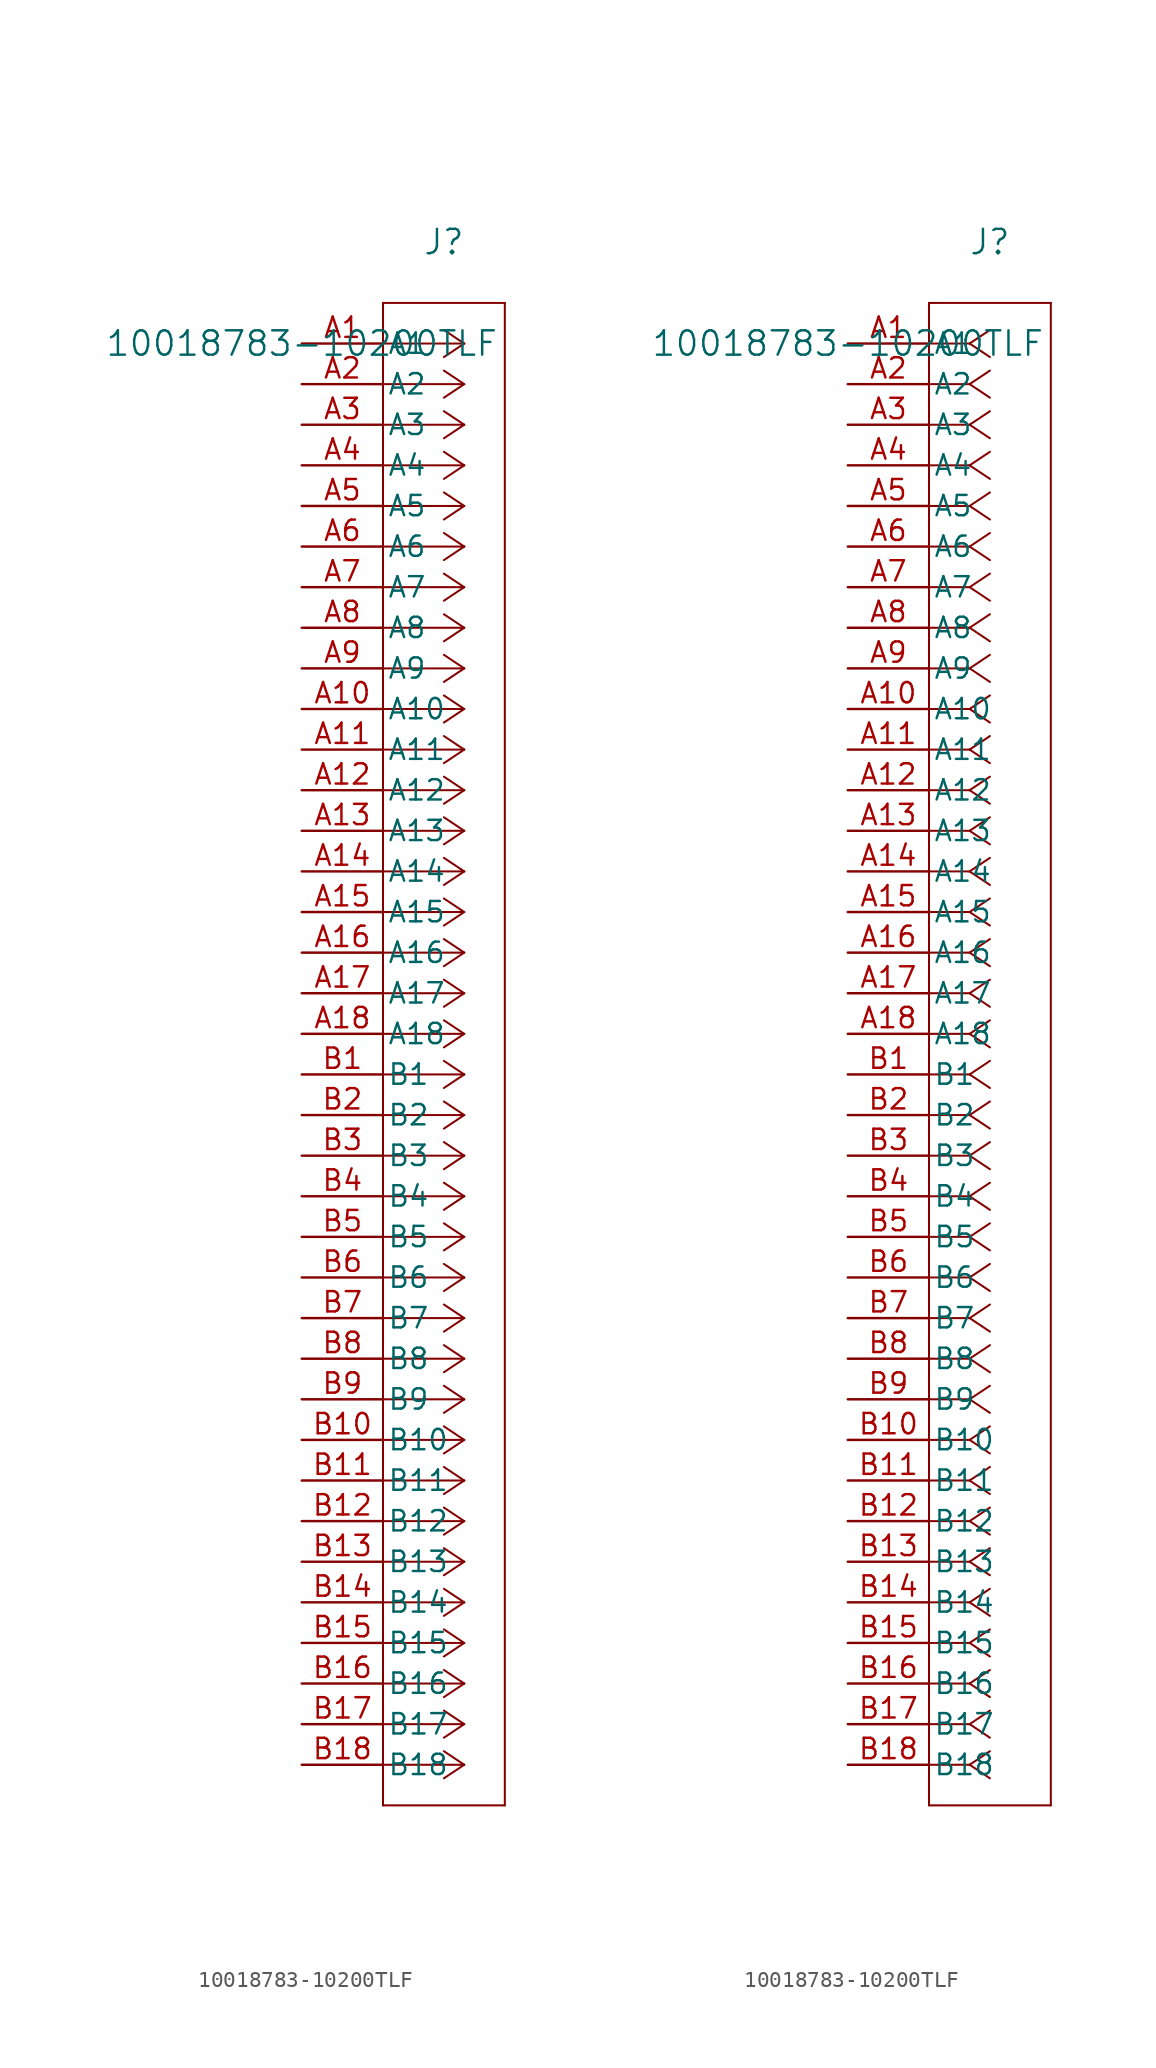
<source format=kicad_sym>
(kicad_symbol_lib
  (version 20220914)
  (generator kicad_symbol_editor)
  (symbol "10018783-10200TLF"
    (pin_names
      (offset 0.254))
    (property "Reference" "J"
      (at 8.89 6.35 0)
      (effects (font (size 1.524 1.524))))
    (property "Value" "10018783-10200TLF"
      (at 0 0 0)
      (effects (font (size 1.524 1.524))))
    (property "ki_locked" ""
      (at 0 0 0)
      (effects (font (size 1.27 1.27))))
    (symbol "10018783-10200TLF_1_1"
      (polyline (pts (xy 5.08 -91.44) (xy 12.7 -91.44)) (stroke (width 0.127) (type default)) (fill (type none)))
      (polyline (pts (xy 5.08 2.54) (xy 5.08 -91.44)) (stroke (width 0.127) (type default)) (fill (type none)))
      (polyline (pts (xy 10.16 -88.9) (xy 5.08 -88.9)) (stroke (width 0.127) (type default)) (fill (type none)))
      (polyline (pts (xy 10.16 -88.9) (xy 8.89 -89.747)) (stroke (width 0.127) (type default)) (fill (type none)))
      (polyline (pts (xy 10.16 -88.9) (xy 8.89 -88.053)) (stroke (width 0.127) (type default)) (fill (type none)))
      (polyline (pts (xy 10.16 -86.36) (xy 5.08 -86.36)) (stroke (width 0.127) (type default)) (fill (type none)))
      (polyline (pts (xy 10.16 -86.36) (xy 8.89 -87.207)) (stroke (width 0.127) (type default)) (fill (type none)))
      (polyline (pts (xy 10.16 -86.36) (xy 8.89 -85.513)) (stroke (width 0.127) (type default)) (fill (type none)))
      (polyline (pts (xy 10.16 -83.82) (xy 5.08 -83.82)) (stroke (width 0.127) (type default)) (fill (type none)))
      (polyline (pts (xy 10.16 -83.82) (xy 8.89 -84.667)) (stroke (width 0.127) (type default)) (fill (type none)))
      (polyline (pts (xy 10.16 -83.82) (xy 8.89 -82.973)) (stroke (width 0.127) (type default)) (fill (type none)))
      (polyline (pts (xy 10.16 -81.28) (xy 5.08 -81.28)) (stroke (width 0.127) (type default)) (fill (type none)))
      (polyline (pts (xy 10.16 -81.28) (xy 8.89 -82.127)) (stroke (width 0.127) (type default)) (fill (type none)))
      (polyline (pts (xy 10.16 -81.28) (xy 8.89 -80.433)) (stroke (width 0.127) (type default)) (fill (type none)))
      (polyline (pts (xy 10.16 -78.74) (xy 5.08 -78.74)) (stroke (width 0.127) (type default)) (fill (type none)))
      (polyline (pts (xy 10.16 -78.74) (xy 8.89 -79.587)) (stroke (width 0.127) (type default)) (fill (type none)))
      (polyline (pts (xy 10.16 -78.74) (xy 8.89 -77.893)) (stroke (width 0.127) (type default)) (fill (type none)))
      (polyline (pts (xy 10.16 -76.2) (xy 5.08 -76.2)) (stroke (width 0.127) (type default)) (fill (type none)))
      (polyline (pts (xy 10.16 -76.2) (xy 8.89 -77.047)) (stroke (width 0.127) (type default)) (fill (type none)))
      (polyline (pts (xy 10.16 -76.2) (xy 8.89 -75.353)) (stroke (width 0.127) (type default)) (fill (type none)))
      (polyline (pts (xy 10.16 -73.66) (xy 5.08 -73.66)) (stroke (width 0.127) (type default)) (fill (type none)))
      (polyline (pts (xy 10.16 -73.66) (xy 8.89 -74.507)) (stroke (width 0.127) (type default)) (fill (type none)))
      (polyline (pts (xy 10.16 -73.66) (xy 8.89 -72.813)) (stroke (width 0.127) (type default)) (fill (type none)))
      (polyline (pts (xy 10.16 -71.12) (xy 5.08 -71.12)) (stroke (width 0.127) (type default)) (fill (type none)))
      (polyline (pts (xy 10.16 -71.12) (xy 8.89 -71.967)) (stroke (width 0.127) (type default)) (fill (type none)))
      (polyline (pts (xy 10.16 -71.12) (xy 8.89 -70.273)) (stroke (width 0.127) (type default)) (fill (type none)))
      (polyline (pts (xy 10.16 -68.58) (xy 5.08 -68.58)) (stroke (width 0.127) (type default)) (fill (type none)))
      (polyline (pts (xy 10.16 -68.58) (xy 8.89 -69.427)) (stroke (width 0.127) (type default)) (fill (type none)))
      (polyline (pts (xy 10.16 -68.58) (xy 8.89 -67.733)) (stroke (width 0.127) (type default)) (fill (type none)))
      (polyline (pts (xy 10.16 -66.04) (xy 5.08 -66.04)) (stroke (width 0.127) (type default)) (fill (type none)))
      (polyline (pts (xy 10.16 -66.04) (xy 8.89 -66.887)) (stroke (width 0.127) (type default)) (fill (type none)))
      (polyline (pts (xy 10.16 -66.04) (xy 8.89 -65.193)) (stroke (width 0.127) (type default)) (fill (type none)))
      (polyline (pts (xy 10.16 -63.5) (xy 5.08 -63.5)) (stroke (width 0.127) (type default)) (fill (type none)))
      (polyline (pts (xy 10.16 -63.5) (xy 8.89 -64.347)) (stroke (width 0.127) (type default)) (fill (type none)))
      (polyline (pts (xy 10.16 -63.5) (xy 8.89 -62.653)) (stroke (width 0.127) (type default)) (fill (type none)))
      (polyline (pts (xy 10.16 -60.96) (xy 5.08 -60.96)) (stroke (width 0.127) (type default)) (fill (type none)))
      (polyline (pts (xy 10.16 -60.96) (xy 8.89 -61.807)) (stroke (width 0.127) (type default)) (fill (type none)))
      (polyline (pts (xy 10.16 -60.96) (xy 8.89 -60.113)) (stroke (width 0.127) (type default)) (fill (type none)))
      (polyline (pts (xy 10.16 -58.42) (xy 5.08 -58.42)) (stroke (width 0.127) (type default)) (fill (type none)))
      (polyline (pts (xy 10.16 -58.42) (xy 8.89 -59.267)) (stroke (width 0.127) (type default)) (fill (type none)))
      (polyline (pts (xy 10.16 -58.42) (xy 8.89 -57.573)) (stroke (width 0.127) (type default)) (fill (type none)))
      (polyline (pts (xy 10.16 -55.88) (xy 5.08 -55.88)) (stroke (width 0.127) (type default)) (fill (type none)))
      (polyline (pts (xy 10.16 -55.88) (xy 8.89 -56.727)) (stroke (width 0.127) (type default)) (fill (type none)))
      (polyline (pts (xy 10.16 -55.88) (xy 8.89 -55.033)) (stroke (width 0.127) (type default)) (fill (type none)))
      (polyline (pts (xy 10.16 -53.34) (xy 5.08 -53.34)) (stroke (width 0.127) (type default)) (fill (type none)))
      (polyline (pts (xy 10.16 -53.34) (xy 8.89 -54.187)) (stroke (width 0.127) (type default)) (fill (type none)))
      (polyline (pts (xy 10.16 -53.34) (xy 8.89 -52.493)) (stroke (width 0.127) (type default)) (fill (type none)))
      (polyline (pts (xy 10.16 -50.8) (xy 5.08 -50.8)) (stroke (width 0.127) (type default)) (fill (type none)))
      (polyline (pts (xy 10.16 -50.8) (xy 8.89 -51.647)) (stroke (width 0.127) (type default)) (fill (type none)))
      (polyline (pts (xy 10.16 -50.8) (xy 8.89 -49.953)) (stroke (width 0.127) (type default)) (fill (type none)))
      (polyline (pts (xy 10.16 -48.26) (xy 5.08 -48.26)) (stroke (width 0.127) (type default)) (fill (type none)))
      (polyline (pts (xy 10.16 -48.26) (xy 8.89 -49.107)) (stroke (width 0.127) (type default)) (fill (type none)))
      (polyline (pts (xy 10.16 -48.26) (xy 8.89 -47.413)) (stroke (width 0.127) (type default)) (fill (type none)))
      (polyline (pts (xy 10.16 -45.72) (xy 5.08 -45.72)) (stroke (width 0.127) (type default)) (fill (type none)))
      (polyline (pts (xy 10.16 -45.72) (xy 8.89 -46.567)) (stroke (width 0.127) (type default)) (fill (type none)))
      (polyline (pts (xy 10.16 -45.72) (xy 8.89 -44.873)) (stroke (width 0.127) (type default)) (fill (type none)))
      (polyline (pts (xy 10.16 -43.18) (xy 5.08 -43.18)) (stroke (width 0.127) (type default)) (fill (type none)))
      (polyline (pts (xy 10.16 -43.18) (xy 8.89 -44.027)) (stroke (width 0.127) (type default)) (fill (type none)))
      (polyline (pts (xy 10.16 -43.18) (xy 8.89 -42.333)) (stroke (width 0.127) (type default)) (fill (type none)))
      (polyline (pts (xy 10.16 -40.64) (xy 5.08 -40.64)) (stroke (width 0.127) (type default)) (fill (type none)))
      (polyline (pts (xy 10.16 -40.64) (xy 8.89 -41.487)) (stroke (width 0.127) (type default)) (fill (type none)))
      (polyline (pts (xy 10.16 -40.64) (xy 8.89 -39.793)) (stroke (width 0.127) (type default)) (fill (type none)))
      (polyline (pts (xy 10.16 -38.1) (xy 5.08 -38.1)) (stroke (width 0.127) (type default)) (fill (type none)))
      (polyline (pts (xy 10.16 -38.1) (xy 8.89 -38.947)) (stroke (width 0.127) (type default)) (fill (type none)))
      (polyline (pts (xy 10.16 -38.1) (xy 8.89 -37.253)) (stroke (width 0.127) (type default)) (fill (type none)))
      (polyline (pts (xy 10.16 -35.56) (xy 5.08 -35.56)) (stroke (width 0.127) (type default)) (fill (type none)))
      (polyline (pts (xy 10.16 -35.56) (xy 8.89 -36.407)) (stroke (width 0.127) (type default)) (fill (type none)))
      (polyline (pts (xy 10.16 -35.56) (xy 8.89 -34.713)) (stroke (width 0.127) (type default)) (fill (type none)))
      (polyline (pts (xy 10.16 -33.02) (xy 5.08 -33.02)) (stroke (width 0.127) (type default)) (fill (type none)))
      (polyline (pts (xy 10.16 -33.02) (xy 8.89 -33.867)) (stroke (width 0.127) (type default)) (fill (type none)))
      (polyline (pts (xy 10.16 -33.02) (xy 8.89 -32.173)) (stroke (width 0.127) (type default)) (fill (type none)))
      (polyline (pts (xy 10.16 -30.48) (xy 5.08 -30.48)) (stroke (width 0.127) (type default)) (fill (type none)))
      (polyline (pts (xy 10.16 -30.48) (xy 8.89 -31.327)) (stroke (width 0.127) (type default)) (fill (type none)))
      (polyline (pts (xy 10.16 -30.48) (xy 8.89 -29.633)) (stroke (width 0.127) (type default)) (fill (type none)))
      (polyline (pts (xy 10.16 -27.94) (xy 5.08 -27.94)) (stroke (width 0.127) (type default)) (fill (type none)))
      (polyline (pts (xy 10.16 -27.94) (xy 8.89 -28.787)) (stroke (width 0.127) (type default)) (fill (type none)))
      (polyline (pts (xy 10.16 -27.94) (xy 8.89 -27.093)) (stroke (width 0.127) (type default)) (fill (type none)))
      (polyline (pts (xy 10.16 -25.4) (xy 5.08 -25.4)) (stroke (width 0.127) (type default)) (fill (type none)))
      (polyline (pts (xy 10.16 -25.4) (xy 8.89 -26.247)) (stroke (width 0.127) (type default)) (fill (type none)))
      (polyline (pts (xy 10.16 -25.4) (xy 8.89 -24.553)) (stroke (width 0.127) (type default)) (fill (type none)))
      (polyline (pts (xy 10.16 -22.86) (xy 5.08 -22.86)) (stroke (width 0.127) (type default)) (fill (type none)))
      (polyline (pts (xy 10.16 -22.86) (xy 8.89 -23.707)) (stroke (width 0.127) (type default)) (fill (type none)))
      (polyline (pts (xy 10.16 -22.86) (xy 8.89 -22.013)) (stroke (width 0.127) (type default)) (fill (type none)))
      (polyline (pts (xy 10.16 -20.32) (xy 5.08 -20.32)) (stroke (width 0.127) (type default)) (fill (type none)))
      (polyline (pts (xy 10.16 -20.32) (xy 8.89 -21.167)) (stroke (width 0.127) (type default)) (fill (type none)))
      (polyline (pts (xy 10.16 -20.32) (xy 8.89 -19.473)) (stroke (width 0.127) (type default)) (fill (type none)))
      (polyline (pts (xy 10.16 -17.78) (xy 5.08 -17.78)) (stroke (width 0.127) (type default)) (fill (type none)))
      (polyline (pts (xy 10.16 -17.78) (xy 8.89 -18.627)) (stroke (width 0.127) (type default)) (fill (type none)))
      (polyline (pts (xy 10.16 -17.78) (xy 8.89 -16.933)) (stroke (width 0.127) (type default)) (fill (type none)))
      (polyline (pts (xy 10.16 -15.24) (xy 5.08 -15.24)) (stroke (width 0.127) (type default)) (fill (type none)))
      (polyline (pts (xy 10.16 -15.24) (xy 8.89 -16.087)) (stroke (width 0.127) (type default)) (fill (type none)))
      (polyline (pts (xy 10.16 -15.24) (xy 8.89 -14.393)) (stroke (width 0.127) (type default)) (fill (type none)))
      (polyline (pts (xy 10.16 -12.7) (xy 5.08 -12.7)) (stroke (width 0.127) (type default)) (fill (type none)))
      (polyline (pts (xy 10.16 -12.7) (xy 8.89 -13.547)) (stroke (width 0.127) (type default)) (fill (type none)))
      (polyline (pts (xy 10.16 -12.7) (xy 8.89 -11.853)) (stroke (width 0.127) (type default)) (fill (type none)))
      (polyline (pts (xy 10.16 -10.16) (xy 5.08 -10.16)) (stroke (width 0.127) (type default)) (fill (type none)))
      (polyline (pts (xy 10.16 -10.16) (xy 8.89 -11.007)) (stroke (width 0.127) (type default)) (fill (type none)))
      (polyline (pts (xy 10.16 -10.16) (xy 8.89 -9.313)) (stroke (width 0.127) (type default)) (fill (type none)))
      (polyline (pts (xy 10.16 -7.62) (xy 5.08 -7.62)) (stroke (width 0.127) (type default)) (fill (type none)))
      (polyline (pts (xy 10.16 -7.62) (xy 8.89 -8.467)) (stroke (width 0.127) (type default)) (fill (type none)))
      (polyline (pts (xy 10.16 -7.62) (xy 8.89 -6.773)) (stroke (width 0.127) (type default)) (fill (type none)))
      (polyline (pts (xy 10.16 -5.08) (xy 5.08 -5.08)) (stroke (width 0.127) (type default)) (fill (type none)))
      (polyline (pts (xy 10.16 -5.08) (xy 8.89 -5.927)) (stroke (width 0.127) (type default)) (fill (type none)))
      (polyline (pts (xy 10.16 -5.08) (xy 8.89 -4.233)) (stroke (width 0.127) (type default)) (fill (type none)))
      (polyline (pts (xy 10.16 -2.54) (xy 5.08 -2.54)) (stroke (width 0.127) (type default)) (fill (type none)))
      (polyline (pts (xy 10.16 -2.54) (xy 8.89 -3.387)) (stroke (width 0.127) (type default)) (fill (type none)))
      (polyline (pts (xy 10.16 -2.54) (xy 8.89 -1.693)) (stroke (width 0.127) (type default)) (fill (type none)))
      (polyline (pts (xy 10.16 0) (xy 5.08 0)) (stroke (width 0.127) (type default)) (fill (type none)))
      (polyline (pts (xy 10.16 0) (xy 8.89 -0.847)) (stroke (width 0.127) (type default)) (fill (type none)))
      (polyline (pts (xy 10.16 0) (xy 8.89 0.847)) (stroke (width 0.127) (type default)) (fill (type none)))
      (polyline (pts (xy 12.7 -91.44) (xy 12.7 2.54)) (stroke (width 0.127) (type default)) (fill (type none)))
      (polyline (pts (xy 12.7 2.54) (xy 5.08 2.54)) (stroke (width 0.127) (type default)) (fill (type none)))
      (pin unspecified line (at 0 0 0) (length 5.08) (name "A1" (effects (font (size 1.27 1.27)))) (number "A1" (effects (font (size 1.27 1.27)))))
      (pin unspecified line (at 0 -22.86 0) (length 5.08) (name "A10" (effects (font (size 1.27 1.27)))) (number "A10" (effects (font (size 1.27 1.27)))))
      (pin unspecified line (at 0 -25.4 0) (length 5.08) (name "A11" (effects (font (size 1.27 1.27)))) (number "A11" (effects (font (size 1.27 1.27)))))
      (pin unspecified line (at 0 -27.94 0) (length 5.08) (name "A12" (effects (font (size 1.27 1.27)))) (number "A12" (effects (font (size 1.27 1.27)))))
      (pin unspecified line (at 0 -30.48 0) (length 5.08) (name "A13" (effects (font (size 1.27 1.27)))) (number "A13" (effects (font (size 1.27 1.27)))))
      (pin unspecified line (at 0 -33.02 0) (length 5.08) (name "A14" (effects (font (size 1.27 1.27)))) (number "A14" (effects (font (size 1.27 1.27)))))
      (pin unspecified line (at 0 -35.56 0) (length 5.08) (name "A15" (effects (font (size 1.27 1.27)))) (number "A15" (effects (font (size 1.27 1.27)))))
      (pin unspecified line (at 0 -38.1 0) (length 5.08) (name "A16" (effects (font (size 1.27 1.27)))) (number "A16" (effects (font (size 1.27 1.27)))))
      (pin unspecified line (at 0 -40.64 0) (length 5.08) (name "A17" (effects (font (size 1.27 1.27)))) (number "A17" (effects (font (size 1.27 1.27)))))
      (pin unspecified line (at 0 -43.18 0) (length 5.08) (name "A18" (effects (font (size 1.27 1.27)))) (number "A18" (effects (font (size 1.27 1.27)))))
      (pin unspecified line (at 0 -2.54 0) (length 5.08) (name "A2" (effects (font (size 1.27 1.27)))) (number "A2" (effects (font (size 1.27 1.27)))))
      (pin unspecified line (at 0 -5.08 0) (length 5.08) (name "A3" (effects (font (size 1.27 1.27)))) (number "A3" (effects (font (size 1.27 1.27)))))
      (pin unspecified line (at 0 -7.62 0) (length 5.08) (name "A4" (effects (font (size 1.27 1.27)))) (number "A4" (effects (font (size 1.27 1.27)))))
      (pin unspecified line (at 0 -10.16 0) (length 5.08) (name "A5" (effects (font (size 1.27 1.27)))) (number "A5" (effects (font (size 1.27 1.27)))))
      (pin unspecified line (at 0 -12.7 0) (length 5.08) (name "A6" (effects (font (size 1.27 1.27)))) (number "A6" (effects (font (size 1.27 1.27)))))
      (pin unspecified line (at 0 -15.24 0) (length 5.08) (name "A7" (effects (font (size 1.27 1.27)))) (number "A7" (effects (font (size 1.27 1.27)))))
      (pin unspecified line (at 0 -17.78 0) (length 5.08) (name "A8" (effects (font (size 1.27 1.27)))) (number "A8" (effects (font (size 1.27 1.27)))))
      (pin unspecified line (at 0 -20.32 0) (length 5.08) (name "A9" (effects (font (size 1.27 1.27)))) (number "A9" (effects (font (size 1.27 1.27)))))
      (pin unspecified line (at 0 -45.72 0) (length 5.08) (name "B1" (effects (font (size 1.27 1.27)))) (number "B1" (effects (font (size 1.27 1.27)))))
      (pin unspecified line (at 0 -68.58 0) (length 5.08) (name "B10" (effects (font (size 1.27 1.27)))) (number "B10" (effects (font (size 1.27 1.27)))))
      (pin unspecified line (at 0 -71.12 0) (length 5.08) (name "B11" (effects (font (size 1.27 1.27)))) (number "B11" (effects (font (size 1.27 1.27)))))
      (pin unspecified line (at 0 -73.66 0) (length 5.08) (name "B12" (effects (font (size 1.27 1.27)))) (number "B12" (effects (font (size 1.27 1.27)))))
      (pin unspecified line (at 0 -76.2 0) (length 5.08) (name "B13" (effects (font (size 1.27 1.27)))) (number "B13" (effects (font (size 1.27 1.27)))))
      (pin unspecified line (at 0 -78.74 0) (length 5.08) (name "B14" (effects (font (size 1.27 1.27)))) (number "B14" (effects (font (size 1.27 1.27)))))
      (pin unspecified line (at 0 -81.28 0) (length 5.08) (name "B15" (effects (font (size 1.27 1.27)))) (number "B15" (effects (font (size 1.27 1.27)))))
      (pin unspecified line (at 0 -83.82 0) (length 5.08) (name "B16" (effects (font (size 1.27 1.27)))) (number "B16" (effects (font (size 1.27 1.27)))))
      (pin unspecified line (at 0 -86.36 0) (length 5.08) (name "B17" (effects (font (size 1.27 1.27)))) (number "B17" (effects (font (size 1.27 1.27)))))
      (pin unspecified line (at 0 -88.9 0) (length 5.08) (name "B18" (effects (font (size 1.27 1.27)))) (number "B18" (effects (font (size 1.27 1.27)))))
      (pin unspecified line (at 0 -48.26 0) (length 5.08) (name "B2" (effects (font (size 1.27 1.27)))) (number "B2" (effects (font (size 1.27 1.27)))))
      (pin unspecified line (at 0 -50.8 0) (length 5.08) (name "B3" (effects (font (size 1.27 1.27)))) (number "B3" (effects (font (size 1.27 1.27)))))
      (pin unspecified line (at 0 -53.34 0) (length 5.08) (name "B4" (effects (font (size 1.27 1.27)))) (number "B4" (effects (font (size 1.27 1.27)))))
      (pin unspecified line (at 0 -55.88 0) (length 5.08) (name "B5" (effects (font (size 1.27 1.27)))) (number "B5" (effects (font (size 1.27 1.27)))))
      (pin unspecified line (at 0 -58.42 0) (length 5.08) (name "B6" (effects (font (size 1.27 1.27)))) (number "B6" (effects (font (size 1.27 1.27)))))
      (pin unspecified line (at 0 -60.96 0) (length 5.08) (name "B7" (effects (font (size 1.27 1.27)))) (number "B7" (effects (font (size 1.27 1.27)))))
      (pin unspecified line (at 0 -63.5 0) (length 5.08) (name "B8" (effects (font (size 1.27 1.27)))) (number "B8" (effects (font (size 1.27 1.27)))))
      (pin unspecified line (at 0 -66.04 0) (length 5.08) (name "B9" (effects (font (size 1.27 1.27)))) (number "B9" (effects (font (size 1.27 1.27))))))
    (symbol "10018783-10200TLF_1_2"
      (polyline (pts (xy 5.08 -91.44) (xy 12.7 -91.44)) (stroke (width 0.127) (type default)) (fill (type none)))
      (polyline (pts (xy 5.08 2.54) (xy 5.08 -91.44)) (stroke (width 0.127) (type default)) (fill (type none)))
      (polyline (pts (xy 7.62 -88.9) (xy 5.08 -88.9)) (stroke (width 0.127) (type default)) (fill (type none)))
      (polyline (pts (xy 7.62 -88.9) (xy 8.89 -89.747)) (stroke (width 0.127) (type default)) (fill (type none)))
      (polyline (pts (xy 7.62 -88.9) (xy 8.89 -88.053)) (stroke (width 0.127) (type default)) (fill (type none)))
      (polyline (pts (xy 7.62 -86.36) (xy 5.08 -86.36)) (stroke (width 0.127) (type default)) (fill (type none)))
      (polyline (pts (xy 7.62 -86.36) (xy 8.89 -87.207)) (stroke (width 0.127) (type default)) (fill (type none)))
      (polyline (pts (xy 7.62 -86.36) (xy 8.89 -85.513)) (stroke (width 0.127) (type default)) (fill (type none)))
      (polyline (pts (xy 7.62 -83.82) (xy 5.08 -83.82)) (stroke (width 0.127) (type default)) (fill (type none)))
      (polyline (pts (xy 7.62 -83.82) (xy 8.89 -84.667)) (stroke (width 0.127) (type default)) (fill (type none)))
      (polyline (pts (xy 7.62 -83.82) (xy 8.89 -82.973)) (stroke (width 0.127) (type default)) (fill (type none)))
      (polyline (pts (xy 7.62 -81.28) (xy 5.08 -81.28)) (stroke (width 0.127) (type default)) (fill (type none)))
      (polyline (pts (xy 7.62 -81.28) (xy 8.89 -82.127)) (stroke (width 0.127) (type default)) (fill (type none)))
      (polyline (pts (xy 7.62 -81.28) (xy 8.89 -80.433)) (stroke (width 0.127) (type default)) (fill (type none)))
      (polyline (pts (xy 7.62 -78.74) (xy 5.08 -78.74)) (stroke (width 0.127) (type default)) (fill (type none)))
      (polyline (pts (xy 7.62 -78.74) (xy 8.89 -79.587)) (stroke (width 0.127) (type default)) (fill (type none)))
      (polyline (pts (xy 7.62 -78.74) (xy 8.89 -77.893)) (stroke (width 0.127) (type default)) (fill (type none)))
      (polyline (pts (xy 7.62 -76.2) (xy 5.08 -76.2)) (stroke (width 0.127) (type default)) (fill (type none)))
      (polyline (pts (xy 7.62 -76.2) (xy 8.89 -77.047)) (stroke (width 0.127) (type default)) (fill (type none)))
      (polyline (pts (xy 7.62 -76.2) (xy 8.89 -75.353)) (stroke (width 0.127) (type default)) (fill (type none)))
      (polyline (pts (xy 7.62 -73.66) (xy 5.08 -73.66)) (stroke (width 0.127) (type default)) (fill (type none)))
      (polyline (pts (xy 7.62 -73.66) (xy 8.89 -74.507)) (stroke (width 0.127) (type default)) (fill (type none)))
      (polyline (pts (xy 7.62 -73.66) (xy 8.89 -72.813)) (stroke (width 0.127) (type default)) (fill (type none)))
      (polyline (pts (xy 7.62 -71.12) (xy 5.08 -71.12)) (stroke (width 0.127) (type default)) (fill (type none)))
      (polyline (pts (xy 7.62 -71.12) (xy 8.89 -71.967)) (stroke (width 0.127) (type default)) (fill (type none)))
      (polyline (pts (xy 7.62 -71.12) (xy 8.89 -70.273)) (stroke (width 0.127) (type default)) (fill (type none)))
      (polyline (pts (xy 7.62 -68.58) (xy 5.08 -68.58)) (stroke (width 0.127) (type default)) (fill (type none)))
      (polyline (pts (xy 7.62 -68.58) (xy 8.89 -69.427)) (stroke (width 0.127) (type default)) (fill (type none)))
      (polyline (pts (xy 7.62 -68.58) (xy 8.89 -67.733)) (stroke (width 0.127) (type default)) (fill (type none)))
      (polyline (pts (xy 7.62 -66.04) (xy 5.08 -66.04)) (stroke (width 0.127) (type default)) (fill (type none)))
      (polyline (pts (xy 7.62 -66.04) (xy 8.89 -66.887)) (stroke (width 0.127) (type default)) (fill (type none)))
      (polyline (pts (xy 7.62 -66.04) (xy 8.89 -65.193)) (stroke (width 0.127) (type default)) (fill (type none)))
      (polyline (pts (xy 7.62 -63.5) (xy 5.08 -63.5)) (stroke (width 0.127) (type default)) (fill (type none)))
      (polyline (pts (xy 7.62 -63.5) (xy 8.89 -64.347)) (stroke (width 0.127) (type default)) (fill (type none)))
      (polyline (pts (xy 7.62 -63.5) (xy 8.89 -62.653)) (stroke (width 0.127) (type default)) (fill (type none)))
      (polyline (pts (xy 7.62 -60.96) (xy 5.08 -60.96)) (stroke (width 0.127) (type default)) (fill (type none)))
      (polyline (pts (xy 7.62 -60.96) (xy 8.89 -61.807)) (stroke (width 0.127) (type default)) (fill (type none)))
      (polyline (pts (xy 7.62 -60.96) (xy 8.89 -60.113)) (stroke (width 0.127) (type default)) (fill (type none)))
      (polyline (pts (xy 7.62 -58.42) (xy 5.08 -58.42)) (stroke (width 0.127) (type default)) (fill (type none)))
      (polyline (pts (xy 7.62 -58.42) (xy 8.89 -59.267)) (stroke (width 0.127) (type default)) (fill (type none)))
      (polyline (pts (xy 7.62 -58.42) (xy 8.89 -57.573)) (stroke (width 0.127) (type default)) (fill (type none)))
      (polyline (pts (xy 7.62 -55.88) (xy 5.08 -55.88)) (stroke (width 0.127) (type default)) (fill (type none)))
      (polyline (pts (xy 7.62 -55.88) (xy 8.89 -56.727)) (stroke (width 0.127) (type default)) (fill (type none)))
      (polyline (pts (xy 7.62 -55.88) (xy 8.89 -55.033)) (stroke (width 0.127) (type default)) (fill (type none)))
      (polyline (pts (xy 7.62 -53.34) (xy 5.08 -53.34)) (stroke (width 0.127) (type default)) (fill (type none)))
      (polyline (pts (xy 7.62 -53.34) (xy 8.89 -54.187)) (stroke (width 0.127) (type default)) (fill (type none)))
      (polyline (pts (xy 7.62 -53.34) (xy 8.89 -52.493)) (stroke (width 0.127) (type default)) (fill (type none)))
      (polyline (pts (xy 7.62 -50.8) (xy 5.08 -50.8)) (stroke (width 0.127) (type default)) (fill (type none)))
      (polyline (pts (xy 7.62 -50.8) (xy 8.89 -51.647)) (stroke (width 0.127) (type default)) (fill (type none)))
      (polyline (pts (xy 7.62 -50.8) (xy 8.89 -49.953)) (stroke (width 0.127) (type default)) (fill (type none)))
      (polyline (pts (xy 7.62 -48.26) (xy 5.08 -48.26)) (stroke (width 0.127) (type default)) (fill (type none)))
      (polyline (pts (xy 7.62 -48.26) (xy 8.89 -49.107)) (stroke (width 0.127) (type default)) (fill (type none)))
      (polyline (pts (xy 7.62 -48.26) (xy 8.89 -47.413)) (stroke (width 0.127) (type default)) (fill (type none)))
      (polyline (pts (xy 7.62 -45.72) (xy 5.08 -45.72)) (stroke (width 0.127) (type default)) (fill (type none)))
      (polyline (pts (xy 7.62 -45.72) (xy 8.89 -46.567)) (stroke (width 0.127) (type default)) (fill (type none)))
      (polyline (pts (xy 7.62 -45.72) (xy 8.89 -44.873)) (stroke (width 0.127) (type default)) (fill (type none)))
      (polyline (pts (xy 7.62 -43.18) (xy 5.08 -43.18)) (stroke (width 0.127) (type default)) (fill (type none)))
      (polyline (pts (xy 7.62 -43.18) (xy 8.89 -44.027)) (stroke (width 0.127) (type default)) (fill (type none)))
      (polyline (pts (xy 7.62 -43.18) (xy 8.89 -42.333)) (stroke (width 0.127) (type default)) (fill (type none)))
      (polyline (pts (xy 7.62 -40.64) (xy 5.08 -40.64)) (stroke (width 0.127) (type default)) (fill (type none)))
      (polyline (pts (xy 7.62 -40.64) (xy 8.89 -41.487)) (stroke (width 0.127) (type default)) (fill (type none)))
      (polyline (pts (xy 7.62 -40.64) (xy 8.89 -39.793)) (stroke (width 0.127) (type default)) (fill (type none)))
      (polyline (pts (xy 7.62 -38.1) (xy 5.08 -38.1)) (stroke (width 0.127) (type default)) (fill (type none)))
      (polyline (pts (xy 7.62 -38.1) (xy 8.89 -38.947)) (stroke (width 0.127) (type default)) (fill (type none)))
      (polyline (pts (xy 7.62 -38.1) (xy 8.89 -37.253)) (stroke (width 0.127) (type default)) (fill (type none)))
      (polyline (pts (xy 7.62 -35.56) (xy 5.08 -35.56)) (stroke (width 0.127) (type default)) (fill (type none)))
      (polyline (pts (xy 7.62 -35.56) (xy 8.89 -36.407)) (stroke (width 0.127) (type default)) (fill (type none)))
      (polyline (pts (xy 7.62 -35.56) (xy 8.89 -34.713)) (stroke (width 0.127) (type default)) (fill (type none)))
      (polyline (pts (xy 7.62 -33.02) (xy 5.08 -33.02)) (stroke (width 0.127) (type default)) (fill (type none)))
      (polyline (pts (xy 7.62 -33.02) (xy 8.89 -33.867)) (stroke (width 0.127) (type default)) (fill (type none)))
      (polyline (pts (xy 7.62 -33.02) (xy 8.89 -32.173)) (stroke (width 0.127) (type default)) (fill (type none)))
      (polyline (pts (xy 7.62 -30.48) (xy 5.08 -30.48)) (stroke (width 0.127) (type default)) (fill (type none)))
      (polyline (pts (xy 7.62 -30.48) (xy 8.89 -31.327)) (stroke (width 0.127) (type default)) (fill (type none)))
      (polyline (pts (xy 7.62 -30.48) (xy 8.89 -29.633)) (stroke (width 0.127) (type default)) (fill (type none)))
      (polyline (pts (xy 7.62 -27.94) (xy 5.08 -27.94)) (stroke (width 0.127) (type default)) (fill (type none)))
      (polyline (pts (xy 7.62 -27.94) (xy 8.89 -28.787)) (stroke (width 0.127) (type default)) (fill (type none)))
      (polyline (pts (xy 7.62 -27.94) (xy 8.89 -27.093)) (stroke (width 0.127) (type default)) (fill (type none)))
      (polyline (pts (xy 7.62 -25.4) (xy 5.08 -25.4)) (stroke (width 0.127) (type default)) (fill (type none)))
      (polyline (pts (xy 7.62 -25.4) (xy 8.89 -26.247)) (stroke (width 0.127) (type default)) (fill (type none)))
      (polyline (pts (xy 7.62 -25.4) (xy 8.89 -24.553)) (stroke (width 0.127) (type default)) (fill (type none)))
      (polyline (pts (xy 7.62 -22.86) (xy 5.08 -22.86)) (stroke (width 0.127) (type default)) (fill (type none)))
      (polyline (pts (xy 7.62 -22.86) (xy 8.89 -23.707)) (stroke (width 0.127) (type default)) (fill (type none)))
      (polyline (pts (xy 7.62 -22.86) (xy 8.89 -22.013)) (stroke (width 0.127) (type default)) (fill (type none)))
      (polyline (pts (xy 7.62 -20.32) (xy 5.08 -20.32)) (stroke (width 0.127) (type default)) (fill (type none)))
      (polyline (pts (xy 7.62 -20.32) (xy 8.89 -21.167)) (stroke (width 0.127) (type default)) (fill (type none)))
      (polyline (pts (xy 7.62 -20.32) (xy 8.89 -19.473)) (stroke (width 0.127) (type default)) (fill (type none)))
      (polyline (pts (xy 7.62 -17.78) (xy 5.08 -17.78)) (stroke (width 0.127) (type default)) (fill (type none)))
      (polyline (pts (xy 7.62 -17.78) (xy 8.89 -18.627)) (stroke (width 0.127) (type default)) (fill (type none)))
      (polyline (pts (xy 7.62 -17.78) (xy 8.89 -16.933)) (stroke (width 0.127) (type default)) (fill (type none)))
      (polyline (pts (xy 7.62 -15.24) (xy 5.08 -15.24)) (stroke (width 0.127) (type default)) (fill (type none)))
      (polyline (pts (xy 7.62 -15.24) (xy 8.89 -16.087)) (stroke (width 0.127) (type default)) (fill (type none)))
      (polyline (pts (xy 7.62 -15.24) (xy 8.89 -14.393)) (stroke (width 0.127) (type default)) (fill (type none)))
      (polyline (pts (xy 7.62 -12.7) (xy 5.08 -12.7)) (stroke (width 0.127) (type default)) (fill (type none)))
      (polyline (pts (xy 7.62 -12.7) (xy 8.89 -13.547)) (stroke (width 0.127) (type default)) (fill (type none)))
      (polyline (pts (xy 7.62 -12.7) (xy 8.89 -11.853)) (stroke (width 0.127) (type default)) (fill (type none)))
      (polyline (pts (xy 7.62 -10.16) (xy 5.08 -10.16)) (stroke (width 0.127) (type default)) (fill (type none)))
      (polyline (pts (xy 7.62 -10.16) (xy 8.89 -11.007)) (stroke (width 0.127) (type default)) (fill (type none)))
      (polyline (pts (xy 7.62 -10.16) (xy 8.89 -9.313)) (stroke (width 0.127) (type default)) (fill (type none)))
      (polyline (pts (xy 7.62 -7.62) (xy 5.08 -7.62)) (stroke (width 0.127) (type default)) (fill (type none)))
      (polyline (pts (xy 7.62 -7.62) (xy 8.89 -8.467)) (stroke (width 0.127) (type default)) (fill (type none)))
      (polyline (pts (xy 7.62 -7.62) (xy 8.89 -6.773)) (stroke (width 0.127) (type default)) (fill (type none)))
      (polyline (pts (xy 7.62 -5.08) (xy 5.08 -5.08)) (stroke (width 0.127) (type default)) (fill (type none)))
      (polyline (pts (xy 7.62 -5.08) (xy 8.89 -5.927)) (stroke (width 0.127) (type default)) (fill (type none)))
      (polyline (pts (xy 7.62 -5.08) (xy 8.89 -4.233)) (stroke (width 0.127) (type default)) (fill (type none)))
      (polyline (pts (xy 7.62 -2.54) (xy 5.08 -2.54)) (stroke (width 0.127) (type default)) (fill (type none)))
      (polyline (pts (xy 7.62 -2.54) (xy 8.89 -3.387)) (stroke (width 0.127) (type default)) (fill (type none)))
      (polyline (pts (xy 7.62 -2.54) (xy 8.89 -1.693)) (stroke (width 0.127) (type default)) (fill (type none)))
      (polyline (pts (xy 7.62 0) (xy 5.08 0)) (stroke (width 0.127) (type default)) (fill (type none)))
      (polyline (pts (xy 7.62 0) (xy 8.89 -0.847)) (stroke (width 0.127) (type default)) (fill (type none)))
      (polyline (pts (xy 7.62 0) (xy 8.89 0.847)) (stroke (width 0.127) (type default)) (fill (type none)))
      (polyline (pts (xy 12.7 -91.44) (xy 12.7 2.54)) (stroke (width 0.127) (type default)) (fill (type none)))
      (polyline (pts (xy 12.7 2.54) (xy 5.08 2.54)) (stroke (width 0.127) (type default)) (fill (type none)))
      (pin unspecified line (at 0 0 0) (length 5.08) (name "A1" (effects (font (size 1.27 1.27)))) (number "A1" (effects (font (size 1.27 1.27)))))
      (pin unspecified line (at 0 -22.86 0) (length 5.08) (name "A10" (effects (font (size 1.27 1.27)))) (number "A10" (effects (font (size 1.27 1.27)))))
      (pin unspecified line (at 0 -25.4 0) (length 5.08) (name "A11" (effects (font (size 1.27 1.27)))) (number "A11" (effects (font (size 1.27 1.27)))))
      (pin unspecified line (at 0 -27.94 0) (length 5.08) (name "A12" (effects (font (size 1.27 1.27)))) (number "A12" (effects (font (size 1.27 1.27)))))
      (pin unspecified line (at 0 -30.48 0) (length 5.08) (name "A13" (effects (font (size 1.27 1.27)))) (number "A13" (effects (font (size 1.27 1.27)))))
      (pin unspecified line (at 0 -33.02 0) (length 5.08) (name "A14" (effects (font (size 1.27 1.27)))) (number "A14" (effects (font (size 1.27 1.27)))))
      (pin unspecified line (at 0 -35.56 0) (length 5.08) (name "A15" (effects (font (size 1.27 1.27)))) (number "A15" (effects (font (size 1.27 1.27)))))
      (pin unspecified line (at 0 -38.1 0) (length 5.08) (name "A16" (effects (font (size 1.27 1.27)))) (number "A16" (effects (font (size 1.27 1.27)))))
      (pin unspecified line (at 0 -40.64 0) (length 5.08) (name "A17" (effects (font (size 1.27 1.27)))) (number "A17" (effects (font (size 1.27 1.27)))))
      (pin unspecified line (at 0 -43.18 0) (length 5.08) (name "A18" (effects (font (size 1.27 1.27)))) (number "A18" (effects (font (size 1.27 1.27)))))
      (pin unspecified line (at 0 -2.54 0) (length 5.08) (name "A2" (effects (font (size 1.27 1.27)))) (number "A2" (effects (font (size 1.27 1.27)))))
      (pin unspecified line (at 0 -5.08 0) (length 5.08) (name "A3" (effects (font (size 1.27 1.27)))) (number "A3" (effects (font (size 1.27 1.27)))))
      (pin unspecified line (at 0 -7.62 0) (length 5.08) (name "A4" (effects (font (size 1.27 1.27)))) (number "A4" (effects (font (size 1.27 1.27)))))
      (pin unspecified line (at 0 -10.16 0) (length 5.08) (name "A5" (effects (font (size 1.27 1.27)))) (number "A5" (effects (font (size 1.27 1.27)))))
      (pin unspecified line (at 0 -12.7 0) (length 5.08) (name "A6" (effects (font (size 1.27 1.27)))) (number "A6" (effects (font (size 1.27 1.27)))))
      (pin unspecified line (at 0 -15.24 0) (length 5.08) (name "A7" (effects (font (size 1.27 1.27)))) (number "A7" (effects (font (size 1.27 1.27)))))
      (pin unspecified line (at 0 -17.78 0) (length 5.08) (name "A8" (effects (font (size 1.27 1.27)))) (number "A8" (effects (font (size 1.27 1.27)))))
      (pin unspecified line (at 0 -20.32 0) (length 5.08) (name "A9" (effects (font (size 1.27 1.27)))) (number "A9" (effects (font (size 1.27 1.27)))))
      (pin unspecified line (at 0 -45.72 0) (length 5.08) (name "B1" (effects (font (size 1.27 1.27)))) (number "B1" (effects (font (size 1.27 1.27)))))
      (pin unspecified line (at 0 -68.58 0) (length 5.08) (name "B10" (effects (font (size 1.27 1.27)))) (number "B10" (effects (font (size 1.27 1.27)))))
      (pin unspecified line (at 0 -71.12 0) (length 5.08) (name "B11" (effects (font (size 1.27 1.27)))) (number "B11" (effects (font (size 1.27 1.27)))))
      (pin unspecified line (at 0 -73.66 0) (length 5.08) (name "B12" (effects (font (size 1.27 1.27)))) (number "B12" (effects (font (size 1.27 1.27)))))
      (pin unspecified line (at 0 -76.2 0) (length 5.08) (name "B13" (effects (font (size 1.27 1.27)))) (number "B13" (effects (font (size 1.27 1.27)))))
      (pin unspecified line (at 0 -78.74 0) (length 5.08) (name "B14" (effects (font (size 1.27 1.27)))) (number "B14" (effects (font (size 1.27 1.27)))))
      (pin unspecified line (at 0 -81.28 0) (length 5.08) (name "B15" (effects (font (size 1.27 1.27)))) (number "B15" (effects (font (size 1.27 1.27)))))
      (pin unspecified line (at 0 -83.82 0) (length 5.08) (name "B16" (effects (font (size 1.27 1.27)))) (number "B16" (effects (font (size 1.27 1.27)))))
      (pin unspecified line (at 0 -86.36 0) (length 5.08) (name "B17" (effects (font (size 1.27 1.27)))) (number "B17" (effects (font (size 1.27 1.27)))))
      (pin unspecified line (at 0 -88.9 0) (length 5.08) (name "B18" (effects (font (size 1.27 1.27)))) (number "B18" (effects (font (size 1.27 1.27)))))
      (pin unspecified line (at 0 -48.26 0) (length 5.08) (name "B2" (effects (font (size 1.27 1.27)))) (number "B2" (effects (font (size 1.27 1.27)))))
      (pin unspecified line (at 0 -50.8 0) (length 5.08) (name "B3" (effects (font (size 1.27 1.27)))) (number "B3" (effects (font (size 1.27 1.27)))))
      (pin unspecified line (at 0 -53.34 0) (length 5.08) (name "B4" (effects (font (size 1.27 1.27)))) (number "B4" (effects (font (size 1.27 1.27)))))
      (pin unspecified line (at 0 -55.88 0) (length 5.08) (name "B5" (effects (font (size 1.27 1.27)))) (number "B5" (effects (font (size 1.27 1.27)))))
      (pin unspecified line (at 0 -58.42 0) (length 5.08) (name "B6" (effects (font (size 1.27 1.27)))) (number "B6" (effects (font (size 1.27 1.27)))))
      (pin unspecified line (at 0 -60.96 0) (length 5.08) (name "B7" (effects (font (size 1.27 1.27)))) (number "B7" (effects (font (size 1.27 1.27)))))
      (pin unspecified line (at 0 -63.5 0) (length 5.08) (name "B8" (effects (font (size 1.27 1.27)))) (number "B8" (effects (font (size 1.27 1.27)))))
      (pin unspecified line (at 0 -66.04 0) (length 5.08) (name "B9" (effects (font (size 1.27 1.27)))) (number "B9" (effects (font (size 1.27 1.27))))))))
</source>
